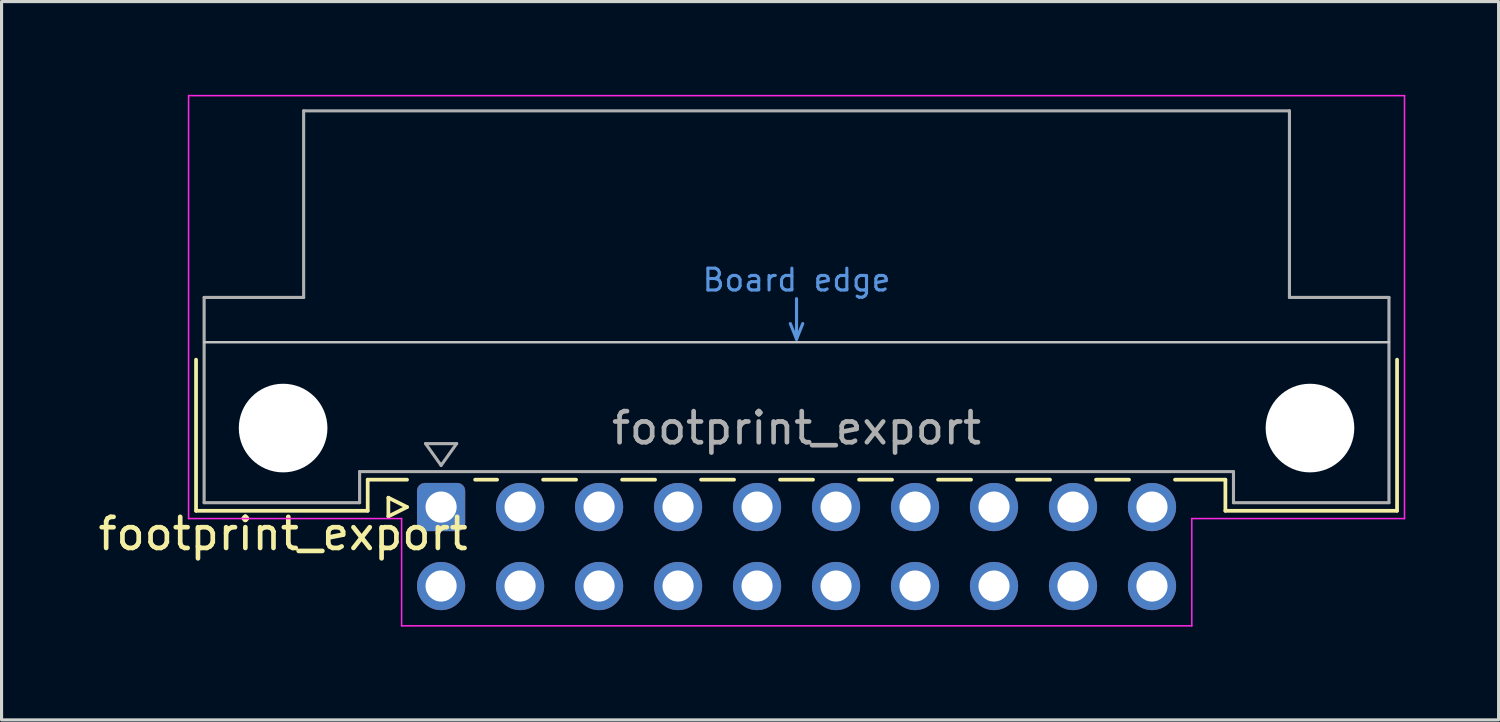
<source format=kicad_pcb>
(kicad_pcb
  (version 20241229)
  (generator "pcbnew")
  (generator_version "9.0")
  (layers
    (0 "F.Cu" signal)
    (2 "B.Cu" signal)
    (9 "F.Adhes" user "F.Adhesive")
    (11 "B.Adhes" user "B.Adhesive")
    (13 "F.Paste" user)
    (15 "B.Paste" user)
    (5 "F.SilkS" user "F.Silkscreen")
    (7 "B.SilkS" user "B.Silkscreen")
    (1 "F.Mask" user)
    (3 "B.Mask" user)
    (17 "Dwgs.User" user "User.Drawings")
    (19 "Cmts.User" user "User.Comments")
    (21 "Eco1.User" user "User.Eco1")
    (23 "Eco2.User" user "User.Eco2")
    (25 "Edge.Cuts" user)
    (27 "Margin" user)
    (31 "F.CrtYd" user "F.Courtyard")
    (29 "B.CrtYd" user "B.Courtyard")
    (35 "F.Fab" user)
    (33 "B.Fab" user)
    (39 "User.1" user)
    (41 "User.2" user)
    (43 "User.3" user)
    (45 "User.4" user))
  (footprint "footprint_export"
    (layer "F.Cu")
    (at 11.134 13.255)
    (property "Reference" "footprint_export" (at -5.08 0.86 0) (layer "F.SilkS") (effects (font (size 1 1) (thickness 0.15))))
    (attr through_hole)
    (fp_line (start -7.88 -4.74) (end -7.88 0.12) (stroke (width 0.12) (type solid)) (layer "F.SilkS"))
    (fp_line (start -7.88 0.12) (end -2.36 0.12) (stroke (width 0.12) (type solid)) (layer "F.SilkS"))
    (fp_line (start -2.361 -0.88) (end -1.095 -0.88) (stroke (width 0.12) (type solid)) (layer "F.SilkS"))
    (fp_line (start -2.36 0.12) (end -2.36 -0.88) (stroke (width 0.12) (type solid)) (layer "F.SilkS"))
    (fp_line (start -1.695 -0.3) (end -1.695 0.3) (stroke (width 0.12) (type solid)) (layer "F.SilkS"))
    (fp_line (start -1.695 0.3) (end -1.095 0) (stroke (width 0.12) (type solid)) (layer "F.SilkS"))
    (fp_line (start -1.095 0) (end -1.695 -0.3) (stroke (width 0.12) (type solid)) (layer "F.SilkS"))
    (fp_line (start 1.095 -0.88) (end 1.801 -0.88) (stroke (width 0.12) (type solid)) (layer "F.SilkS"))
    (fp_line (start 3.28 -0.88) (end 4.341 -0.88) (stroke (width 0.12) (type solid)) (layer "F.SilkS"))
    (fp_line (start 5.82 -0.88) (end 6.881 -0.88) (stroke (width 0.12) (type solid)) (layer "F.SilkS"))
    (fp_line (start 8.36 -0.88) (end 9.421 -0.88) (stroke (width 0.12) (type solid)) (layer "F.SilkS"))
    (fp_line (start 10.9 -0.88) (end 11.961 -0.88) (stroke (width 0.12) (type solid)) (layer "F.SilkS"))
    (fp_line (start 13.44 -0.88) (end 14.501 -0.88) (stroke (width 0.12) (type solid)) (layer "F.SilkS"))
    (fp_line (start 15.98 -0.88) (end 17.041 -0.88) (stroke (width 0.12) (type solid)) (layer "F.SilkS"))
    (fp_line (start 18.52 -0.88) (end 19.581 -0.88) (stroke (width 0.12) (type solid)) (layer "F.SilkS"))
    (fp_line (start 21.06 -0.88) (end 22.121 -0.88) (stroke (width 0.12) (type solid)) (layer "F.SilkS"))
    (fp_line (start 23.6 -0.88) (end 25.22 -0.88) (stroke (width 0.12) (type solid)) (layer "F.SilkS"))
    (fp_line (start 25.22 0.12) (end 25.22 -0.88) (stroke (width 0.12) (type solid)) (layer "F.SilkS"))
    (fp_line (start 30.74 -4.74) (end 30.74 0.12) (stroke (width 0.12) (type solid)) (layer "F.SilkS"))
    (fp_line (start 30.74 0.12) (end 25.22 0.12) (stroke (width 0.12) (type solid)) (layer "F.SilkS"))
    (fp_line (start -7.62 -5.3) (end 30.48 -5.3) (stroke (width 0.08) (type solid)) (layer "Dwgs.User"))
    (fp_line (start 11.23 -5.9) (end 11.43 -5.4) (stroke (width 0.1) (type solid)) (layer "Cmts.User"))
    (fp_line (start 11.43 -5.4) (end 11.43 -6.7) (stroke (width 0.1) (type solid)) (layer "Cmts.User"))
    (fp_line (start 11.43 -5.4) (end 11.63 -5.9) (stroke (width 0.1) (type solid)) (layer "Cmts.User"))
    (fp_line (start -8.12 -13.23) (end -8.12 0.37) (stroke (width 0.05) (type solid)) (layer "F.CrtYd"))
    (fp_line (start -8.12 0.37) (end -1.27 0.37) (stroke (width 0.05) (type solid)) (layer "F.CrtYd"))
    (fp_line (start -1.27 0.37) (end -1.27 3.82) (stroke (width 0.05) (type solid)) (layer "F.CrtYd"))
    (fp_line (start -1.27 3.82) (end 24.14 3.82) (stroke (width 0.05) (type solid)) (layer "F.CrtYd"))
    (fp_line (start 24.14 0.37) (end 30.98 0.37) (stroke (width 0.05) (type solid)) (layer "F.CrtYd"))
    (fp_line (start 24.14 3.82) (end 24.14 0.37) (stroke (width 0.05) (type solid)) (layer "F.CrtYd"))
    (fp_line (start 30.98 -13.23) (end -8.12 -13.23) (stroke (width 0.05) (type solid)) (layer "F.CrtYd"))
    (fp_line (start 30.98 0.37) (end 30.98 -13.23) (stroke (width 0.05) (type solid)) (layer "F.CrtYd"))
    (fp_line (start -7.62 -6.74) (end -7.62 -0.14) (stroke (width 0.1) (type solid)) (layer "F.Fab"))
    (fp_line (start -7.62 -0.14) (end -2.62 -0.14) (stroke (width 0.1) (type solid)) (layer "F.Fab"))
    (fp_line (start -4.42 -12.74) (end -4.42 -6.74) (stroke (width 0.1) (type solid)) (layer "F.Fab"))
    (fp_line (start -4.42 -6.74) (end -7.62 -6.74) (stroke (width 0.1) (type solid)) (layer "F.Fab"))
    (fp_line (start -2.62 -1.14) (end 25.48 -1.14) (stroke (width 0.1) (type solid)) (layer "F.Fab"))
    (fp_line (start -2.62 -0.14) (end -2.62 -1.14) (stroke (width 0.1) (type solid)) (layer "F.Fab"))
    (fp_line (start -0.5 -2.04) (end 0.5 -2.04) (stroke (width 0.1) (type solid)) (layer "F.Fab"))
    (fp_line (start 0 -1.34) (end -0.5 -2.04) (stroke (width 0.1) (type solid)) (layer "F.Fab"))
    (fp_line (start 0.5 -2.04) (end 0 -1.34) (stroke (width 0.1) (type solid)) (layer "F.Fab"))
    (fp_line (start 25.48 -1.14) (end 25.48 -0.14) (stroke (width 0.1) (type solid)) (layer "F.Fab"))
    (fp_line (start 25.48 -0.14) (end 30.48 -0.14) (stroke (width 0.1) (type solid)) (layer "F.Fab"))
    (fp_line (start 27.28 -12.74) (end -4.42 -12.74) (stroke (width 0.1) (type solid)) (layer "F.Fab"))
    (fp_line (start 27.28 -6.74) (end 27.28 -12.74) (stroke (width 0.1) (type solid)) (layer "F.Fab"))
    (fp_line (start 30.48 -6.74) (end 27.28 -6.74) (stroke (width 0.1) (type solid)) (layer "F.Fab"))
    (fp_line (start 30.48 -0.14) (end 30.48 -6.74) (stroke (width 0.1) (type solid)) (layer "F.Fab"))
    (fp_text user "Board edge" (at 11.43 -7.3 0) (layer "Cmts.User") (effects (font (size 0.7 0.7) (thickness 0.1))))
    (fp_text user "${REFERENCE}" (at 11.43 -2.54 0) (layer "F.Fab") (effects (font (size 1 1) (thickness 0.15))))
    (pad "" np_thru_hole circle (at -5.08 -2.54) (size 2.85 2.85) (drill 2.85) (layers "*.Cu" "*.Mask"))
    (pad "" np_thru_hole circle (at 27.94 -2.54) (size 2.85 2.85) (drill 2.85) (layers "*.Cu" "*.Mask"))
    (pad "a1" thru_hole roundrect (at 0 0) (size 1.55 1.55) (drill 1) (layers "*.Cu" "*.Mask") (roundrect_rratio 0.161))
    (pad "a2" thru_hole circle (at 2.54 0) (size 1.55 1.55) (drill 1) (layers "*.Cu" "*.Mask"))
    (pad "a3" thru_hole circle (at 5.08 0) (size 1.55 1.55) (drill 1) (layers "*.Cu" "*.Mask"))
    (pad "a4" thru_hole circle (at 7.62 0) (size 1.55 1.55) (drill 1) (layers "*.Cu" "*.Mask"))
    (pad "a5" thru_hole circle (at 10.16 0) (size 1.55 1.55) (drill 1) (layers "*.Cu" "*.Mask"))
    (pad "a6" thru_hole circle (at 12.7 0) (size 1.55 1.55) (drill 1) (layers "*.Cu" "*.Mask"))
    (pad "a7" thru_hole circle (at 15.24 0) (size 1.55 1.55) (drill 1) (layers "*.Cu" "*.Mask"))
    (pad "a8" thru_hole circle (at 17.78 0) (size 1.55 1.55) (drill 1) (layers "*.Cu" "*.Mask"))
    (pad "a9" thru_hole circle (at 20.32 0) (size 1.55 1.55) (drill 1) (layers "*.Cu" "*.Mask"))
    (pad "a10" thru_hole circle (at 22.86 0) (size 1.55 1.55) (drill 1) (layers "*.Cu" "*.Mask"))
    (pad "b1" thru_hole circle (at 0 2.54) (size 1.55 1.55) (drill 1) (layers "*.Cu" "*.Mask"))
    (pad "b2" thru_hole circle (at 2.54 2.54) (size 1.55 1.55) (drill 1) (layers "*.Cu" "*.Mask"))
    (pad "b3" thru_hole circle (at 5.08 2.54) (size 1.55 1.55) (drill 1) (layers "*.Cu" "*.Mask"))
    (pad "b4" thru_hole circle (at 7.62 2.54) (size 1.55 1.55) (drill 1) (layers "*.Cu" "*.Mask"))
    (pad "b5" thru_hole circle (at 10.16 2.54) (size 1.55 1.55) (drill 1) (layers "*.Cu" "*.Mask"))
    (pad "b6" thru_hole circle (at 12.7 2.54) (size 1.55 1.55) (drill 1) (layers "*.Cu" "*.Mask"))
    (pad "b7" thru_hole circle (at 15.24 2.54) (size 1.55 1.55) (drill 1) (layers "*.Cu" "*.Mask"))
    (pad "b8" thru_hole circle (at 17.78 2.54) (size 1.55 1.55) (drill 1) (layers "*.Cu" "*.Mask"))
    (pad "b9" thru_hole circle (at 20.32 2.54) (size 1.55 1.55) (drill 1) (layers "*.Cu" "*.Mask"))
    (pad "b10" thru_hole circle (at 22.86 2.54) (size 1.55 1.55) (drill 1) (layers "*.Cu" "*.Mask")))
  (gr_rect
    (start -3 -3)
    (end 45.139 20.1)
    (stroke (width 0.1) (type default))
    (fill no)
    (layer "Edge.Cuts")))
</source>
